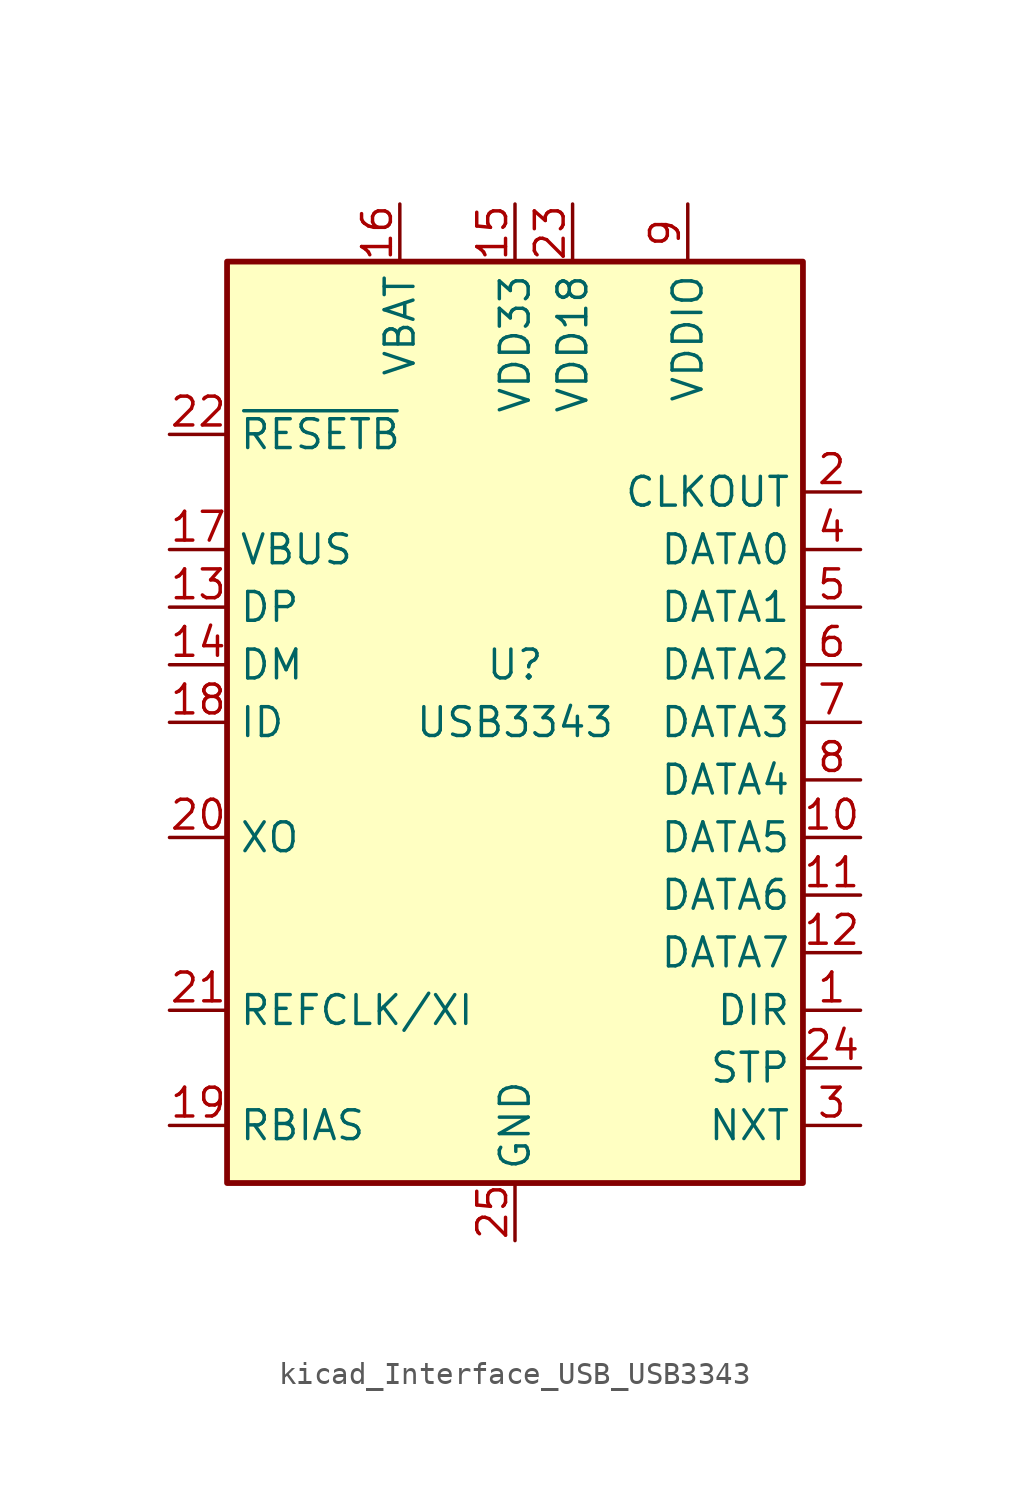
<source format=kicad_sym>
(kicad_symbol_lib
  (version 20220914)
  (generator kicad_symbol_editor)
  (symbol "kicad_Interface_USB_USB3343"
    (property "Reference" "U"
      (at 0 2.54 0)
      (effects (font (size 1.27 1.27))))
    (property "Value" "USB3343"
      (at 0 0 0)
      (effects (font (size 1.27 1.27))))
    (symbol "kicad_Interface_USB_USB3343_0_1"
      (rectangle (start -12.7 20.32) (end 12.7 -20.32) (stroke (width 0.254) (type default)) (fill (type background))))
    (symbol "kicad_Interface_USB_USB3343_1_1"
      (pin output line (at 15.24 -12.7 180) (length 2.54) (name "DIR" (effects (font (size 1.27 1.27)))) (number "1" (effects (font (size 1.27 1.27)))))
      (pin bidirectional line (at 15.24 -5.08 180) (length 2.54) (name "DATA5" (effects (font (size 1.27 1.27)))) (number "10" (effects (font (size 1.27 1.27)))))
      (pin bidirectional line (at 15.24 -7.62 180) (length 2.54) (name "DATA6" (effects (font (size 1.27 1.27)))) (number "11" (effects (font (size 1.27 1.27)))))
      (pin bidirectional line (at 15.24 -10.16 180) (length 2.54) (name "DATA7" (effects (font (size 1.27 1.27)))) (number "12" (effects (font (size 1.27 1.27)))))
      (pin bidirectional line (at -15.24 5.08 0) (length 2.54) (name "DP" (effects (font (size 1.27 1.27)))) (number "13" (effects (font (size 1.27 1.27)))))
      (pin bidirectional line (at -15.24 2.54 0) (length 2.54) (name "DM" (effects (font (size 1.27 1.27)))) (number "14" (effects (font (size 1.27 1.27)))))
      (pin power_out line (at 0 22.86 270) (length 2.54) (name "VDD33" (effects (font (size 1.27 1.27)))) (number "15" (effects (font (size 1.27 1.27)))))
      (pin power_in line (at -5.08 22.86 270) (length 2.54) (name "VBAT" (effects (font (size 1.27 1.27)))) (number "16" (effects (font (size 1.27 1.27)))))
      (pin input line (at -15.24 7.62 0) (length 2.54) (name "VBUS" (effects (font (size 1.27 1.27)))) (number "17" (effects (font (size 1.27 1.27)))))
      (pin input line (at -15.24 0 0) (length 2.54) (name "ID" (effects (font (size 1.27 1.27)))) (number "18" (effects (font (size 1.27 1.27)))))
      (pin passive line (at -15.24 -17.78 0) (length 2.54) (name "RBIAS" (effects (font (size 1.27 1.27)))) (number "19" (effects (font (size 1.27 1.27)))))
      (pin output line (at 15.24 10.16 180) (length 2.54) (name "CLKOUT" (effects (font (size 1.27 1.27)))) (number "2" (effects (font (size 1.27 1.27)))))
      (pin output line (at -15.24 -5.08 0) (length 2.54) (name "XO" (effects (font (size 1.27 1.27)))) (number "20" (effects (font (size 1.27 1.27)))))
      (pin input line (at -15.24 -12.7 0) (length 2.54) (name "REFCLK/XI" (effects (font (size 1.27 1.27)))) (number "21" (effects (font (size 1.27 1.27)))))
      (pin input line (at -15.24 12.7 0) (length 2.54) (name "~{RESETB}" (effects (font (size 1.27 1.27)))) (number "22" (effects (font (size 1.27 1.27)))))
      (pin power_out line (at 2.54 22.86 270) (length 2.54) (name "VDD18" (effects (font (size 1.27 1.27)))) (number "23" (effects (font (size 1.27 1.27)))))
      (pin input line (at 15.24 -15.24 180) (length 2.54) (name "STP" (effects (font (size 1.27 1.27)))) (number "24" (effects (font (size 1.27 1.27)))))
      (pin power_in line (at 0 -22.86 90) (length 2.54) (name "GND" (effects (font (size 1.27 1.27)))) (number "25" (effects (font (size 1.27 1.27)))))
      (pin output line (at 15.24 -17.78 180) (length 2.54) (name "NXT" (effects (font (size 1.27 1.27)))) (number "3" (effects (font (size 1.27 1.27)))))
      (pin bidirectional line (at 15.24 7.62 180) (length 2.54) (name "DATA0" (effects (font (size 1.27 1.27)))) (number "4" (effects (font (size 1.27 1.27)))))
      (pin bidirectional line (at 15.24 5.08 180) (length 2.54) (name "DATA1" (effects (font (size 1.27 1.27)))) (number "5" (effects (font (size 1.27 1.27)))))
      (pin bidirectional line (at 15.24 2.54 180) (length 2.54) (name "DATA2" (effects (font (size 1.27 1.27)))) (number "6" (effects (font (size 1.27 1.27)))))
      (pin bidirectional line (at 15.24 0 180) (length 2.54) (name "DATA3" (effects (font (size 1.27 1.27)))) (number "7" (effects (font (size 1.27 1.27)))))
      (pin bidirectional line (at 15.24 -2.54 180) (length 2.54) (name "DATA4" (effects (font (size 1.27 1.27)))) (number "8" (effects (font (size 1.27 1.27)))))
      (pin power_in line (at 7.62 22.86 270) (length 2.54) (name "VDDIO" (effects (font (size 1.27 1.27)))) (number "9" (effects (font (size 1.27 1.27))))))))
</source>
